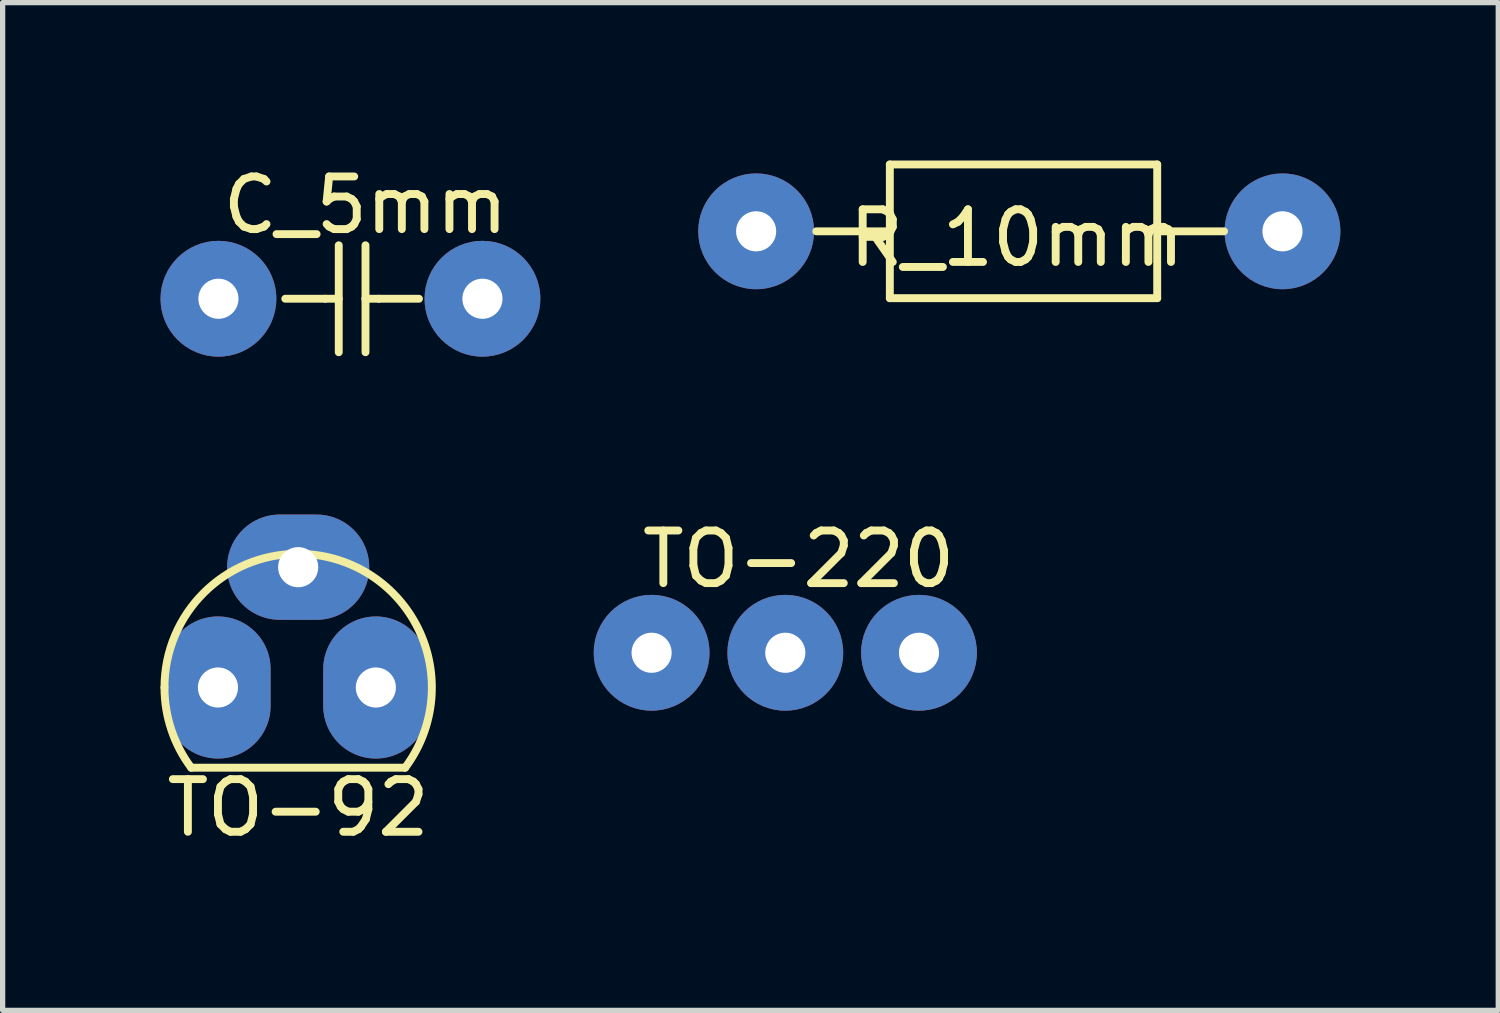
<source format=kicad_pcb>
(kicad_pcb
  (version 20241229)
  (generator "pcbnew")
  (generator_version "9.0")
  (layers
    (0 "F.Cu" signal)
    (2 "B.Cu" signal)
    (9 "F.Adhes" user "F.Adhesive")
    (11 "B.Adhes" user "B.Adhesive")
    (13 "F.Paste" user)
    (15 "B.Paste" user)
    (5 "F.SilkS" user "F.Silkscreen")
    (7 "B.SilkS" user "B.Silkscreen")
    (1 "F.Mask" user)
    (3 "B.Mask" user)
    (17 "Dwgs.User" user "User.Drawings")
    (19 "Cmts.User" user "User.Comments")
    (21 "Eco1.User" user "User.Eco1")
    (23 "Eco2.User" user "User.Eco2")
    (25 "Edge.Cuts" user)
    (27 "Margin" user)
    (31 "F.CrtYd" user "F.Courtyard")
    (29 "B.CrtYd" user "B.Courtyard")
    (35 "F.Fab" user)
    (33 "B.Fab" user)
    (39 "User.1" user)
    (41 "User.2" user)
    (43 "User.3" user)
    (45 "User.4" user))
  (footprint "R_10mm"
    (layer "F.Cu")
    (at 11.316 1.345)
    (property "Reference" "R_10mm" (at 4.953 0.127 0) (layer "F.SilkS") (effects (font (size 1 1) (thickness 0.15))))
    (attr through_hole)
    (fp_line (start 1.143 0) (end 2.54 0) (stroke (width 0.15) (type solid)) (layer "F.SilkS"))
    (fp_line (start 2.54 -1.27) (end 7.62 -1.27) (stroke (width 0.15) (type solid)) (layer "F.SilkS"))
    (fp_line (start 2.54 0) (end 2.54 -1.27) (stroke (width 0.15) (type solid)) (layer "F.SilkS"))
    (fp_line (start 2.54 1.27) (end 2.54 0) (stroke (width 0.15) (type solid)) (layer "F.SilkS"))
    (fp_line (start 7.62 -1.27) (end 7.62 1.27) (stroke (width 0.15) (type solid)) (layer "F.SilkS"))
    (fp_line (start 7.62 0) (end 8.89 0) (stroke (width 0.15) (type solid)) (layer "F.SilkS"))
    (fp_line (start 7.62 1.27) (end 2.54 1.27) (stroke (width 0.15) (type solid)) (layer "F.SilkS"))
    (pad "1" thru_hole circle (at 0 0) (size 2.2 2.2) (drill 0.762) (layers "*.Cu" "*.Mask"))
    (pad "2" thru_hole circle (at 10 0) (size 2.2 2.2) (drill 0.762) (layers "*.Cu" "*.Mask")))
  (footprint "TO-92"
    (layer "F.Cu")
    (at 1.091 10.012)
    (property "Reference" "TO-92" (at 1.524 2.286 0) (layer "F.SilkS") (effects (font (size 1 1) (thickness 0.15))))
    (attr through_hole)
    (fp_line (start -0.508 1.524) (end 3.556 1.524) (stroke (width 0.15) (type solid)) (layer "F.SilkS"))
    (fp_arc (start -1.016 0) (mid -0.272051 -1.796051) (end 1.524 -2.54) (stroke (width 0.15) (type solid)) (layer "F.SilkS"))
    (fp_arc (start -0.508 1.524) (mid -0.885656 0.803219) (end -1.016 0) (stroke (width 0.15) (type solid)) (layer "F.SilkS"))
    (fp_arc (start 1.524 -2.54) (mid 3.795845 -1.135923) (end 3.556 1.524) (stroke (width 0.15) (type solid)) (layer "F.SilkS"))
    (pad "1" thru_hole oval (at 0 0) (size 2 2.7) (drill 0.762) (layers "*.Cu" "*.Mask"))
    (pad "2" thru_hole oval (at 1.524 -2.286 90) (size 2 2.7) (drill 0.762) (layers "*.Cu" "*.Mask"))
    (pad "3" thru_hole oval (at 3 0) (size 2 2.7) (drill 0.762) (layers "*.Cu" "*.Mask")))
  (footprint "TO-220"
    (layer "F.Cu")
    (at 9.33 9.352)
    (property "Reference" "TO-220" (at 2.794 -1.778 0) (layer "F.SilkS") (effects (font (size 1 1) (thickness 0.15))))
    (attr through_hole)
    (pad "1" thru_hole circle (at 0 0) (size 2.2 2.2) (drill 0.762) (layers "*.Cu" "*.Mask"))
    (pad "2" thru_hole circle (at 2.54 0) (size 2.2 2.2) (drill 0.762) (layers "*.Cu" "*.Mask"))
    (pad "3" thru_hole circle (at 5.08 0) (size 2.2 2.2) (drill 0.762) (layers "*.Cu" "*.Mask")))
  (footprint "C_5mm"
    (layer "F.Cu")
    (at 1.1 2.626)
    (property "Reference" "C_5mm" (at 2.794 -1.778 0) (layer "F.SilkS") (effects (font (size 1 1) (thickness 0.15))))
    (attr through_hole)
    (fp_line (start 1.27 0) (end 2.032 0) (stroke (width 0.15) (type solid)) (layer "F.SilkS"))
    (fp_line (start 2.032 0) (end 2.286 0) (stroke (width 0.15) (type solid)) (layer "F.SilkS"))
    (fp_line (start 2.286 1.016) (end 2.286 -1.016) (stroke (width 0.15) (type solid)) (layer "F.SilkS"))
    (fp_line (start 2.794 -1.016) (end 2.794 0) (stroke (width 0.15) (type solid)) (layer "F.SilkS"))
    (fp_line (start 2.794 0) (end 2.794 1.016) (stroke (width 0.15) (type solid)) (layer "F.SilkS"))
    (fp_line (start 3.048 0) (end 2.794 0) (stroke (width 0.15) (type solid)) (layer "F.SilkS"))
    (fp_line (start 3.81 0) (end 3.048 0) (stroke (width 0.15) (type solid)) (layer "F.SilkS"))
    (pad "1" thru_hole circle (at 0 0) (size 2.2 2.2) (drill 0.762) (layers "*.Cu" "*.Mask"))
    (pad "2" thru_hole circle (at 5.016 0) (size 2.2 2.2) (drill 0.762) (layers "*.Cu" "*.Mask")))
  (gr_rect
    (start -3 -3)
    (end 25.416 16.146)
    (stroke (width 0.1) (type default))
    (fill no)
    (layer "Edge.Cuts")))
</source>
